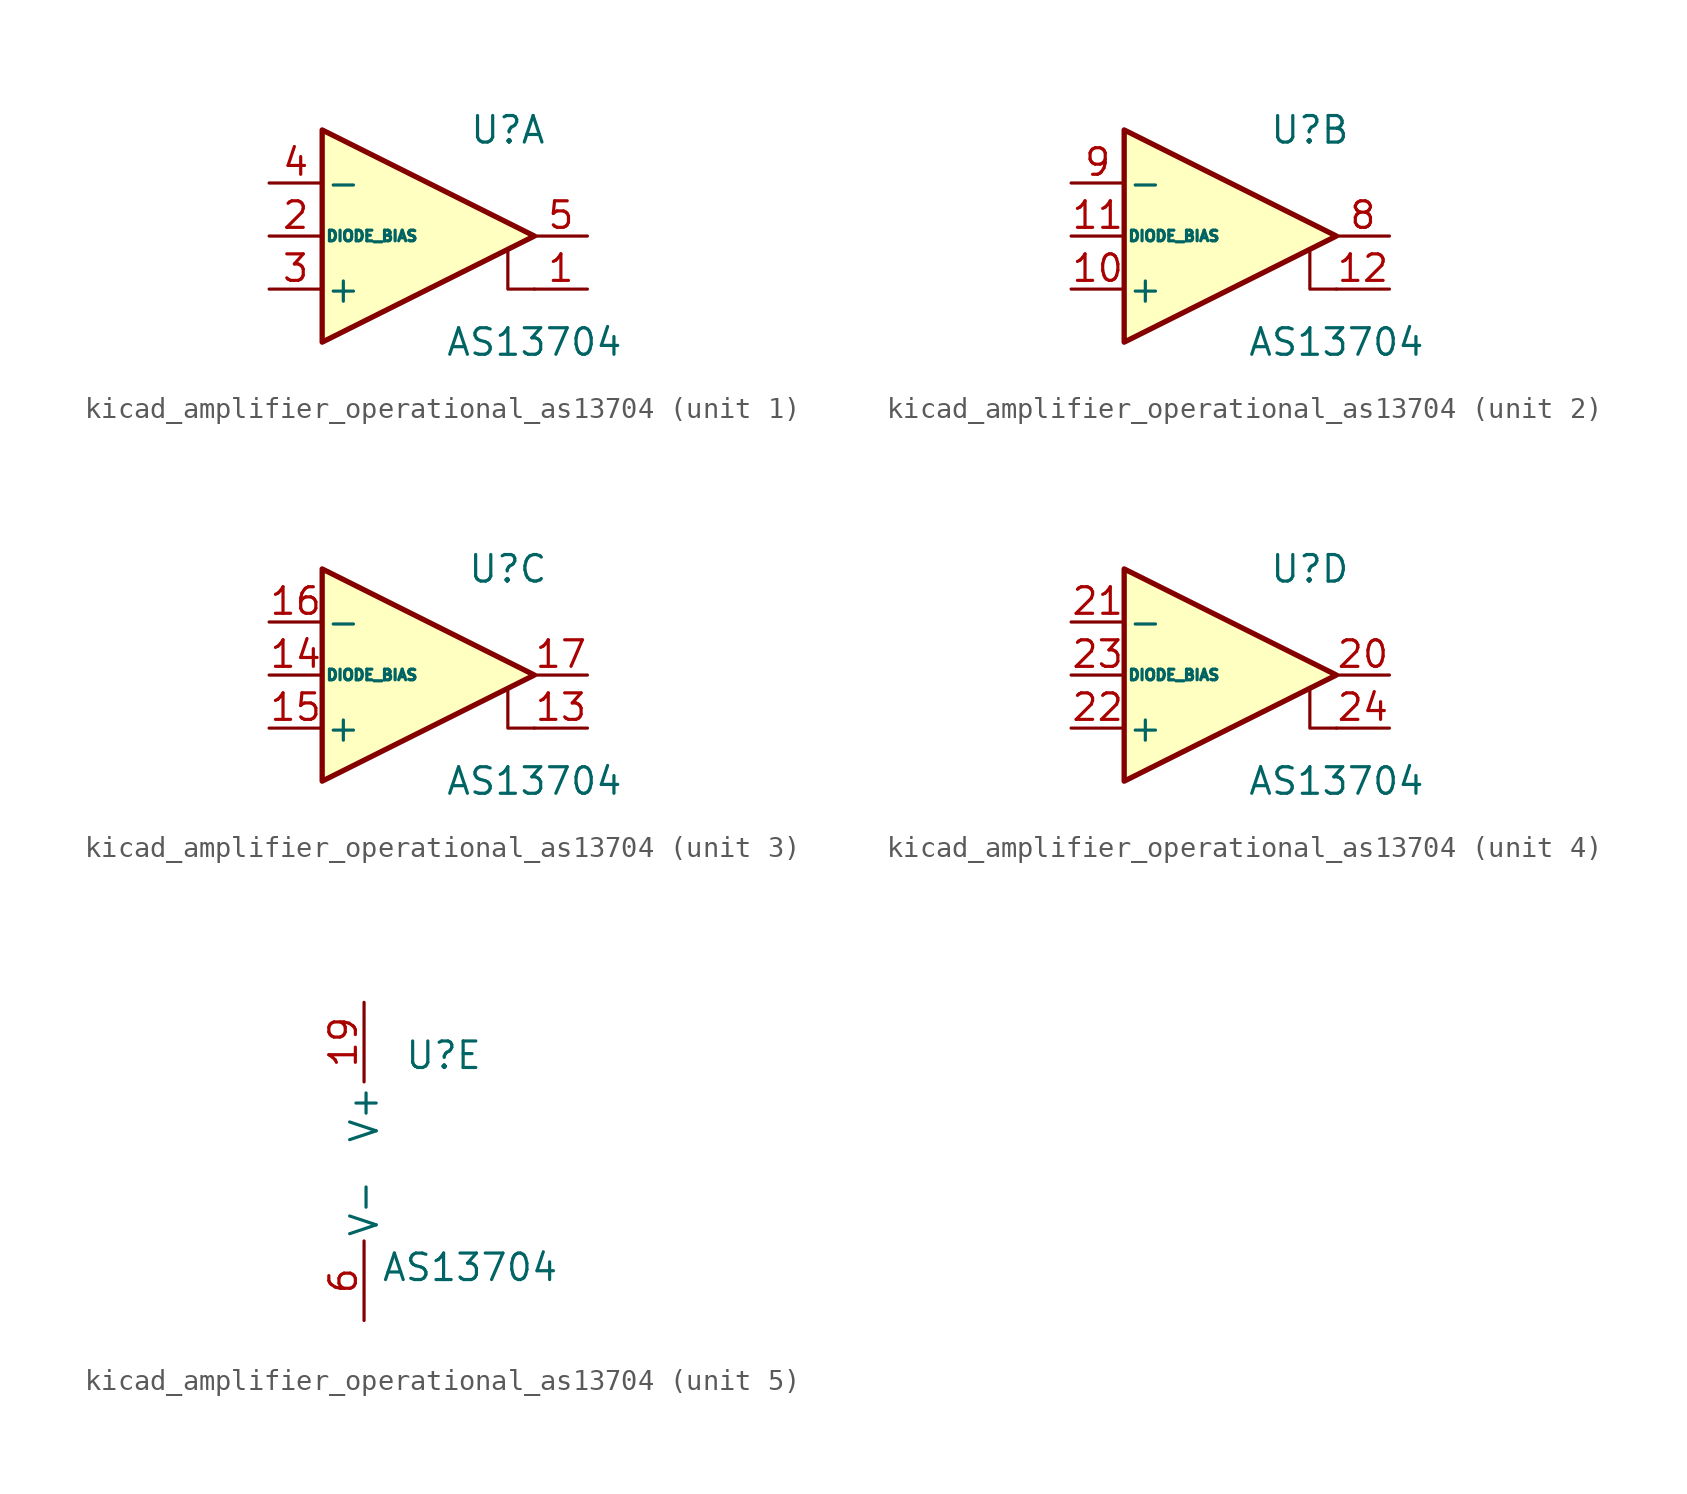
<source format=kicad_sym>
(kicad_symbol_lib
  (version 20220914)
  (generator kicad_symbol_editor)
  (symbol "kicad_amplifier_operational_as13704"
    (pin_names
      (offset 0.127))
    (property "Reference" "U"
      (at 3.81 5.08 0)
      (effects (font (size 1.27 1.27))))
    (property "Value" "AS13704"
      (at 5.08 -5.08 0)
      (effects (font (size 1.27 1.27))))
    (property "ki_locked" ""
      (at 0 0 0)
      (effects (font (size 1.27 1.27))))
    (symbol "kicad_amplifier_operational_as13704_1_1"
      (polyline (pts (xy 3.81 -0.635) (xy 3.81 -2.54) (xy 5.08 -2.54)) (stroke (width 0) (type default)) (fill (type none)))
      (polyline (pts (xy 5.08 0) (xy -5.08 -5.08) (xy -5.08 5.08) (xy 5.08 0)) (stroke (width 0.254) (type default)) (fill (type background)))
      (pin input line (at 7.62 -2.54 180) (length 2.54) (name "~" (effects (font (size 1.27 1.27)))) (number "1" (effects (font (size 1.27 1.27)))))
      (pin no_connect line (at 0 -2.54 180) (length 2.54) hide (name "NC" (effects (font (size 1.27 1.27)))) (number "18" (effects (font (size 1.27 1.27)))))
      (pin input line (at -7.62 0 0) (length 2.54) (name "DIODE_BIAS" (effects (font (size 0.508 0.508)))) (number "2" (effects (font (size 1.27 1.27)))))
      (pin input line (at -7.62 -2.54 0) (length 2.54) (name "+" (effects (font (size 1.27 1.27)))) (number "3" (effects (font (size 1.27 1.27)))))
      (pin input line (at -7.62 2.54 0) (length 2.54) (name "-" (effects (font (size 1.27 1.27)))) (number "4" (effects (font (size 1.27 1.27)))))
      (pin output line (at 7.62 0 180) (length 2.54) (name "~" (effects (font (size 1.27 1.27)))) (number "5" (effects (font (size 1.27 1.27)))))
      (pin no_connect line (at 0 2.54 180) (length 2.54) hide (name "NC" (effects (font (size 1.27 1.27)))) (number "7" (effects (font (size 1.27 1.27))))))
    (symbol "kicad_amplifier_operational_as13704_2_1"
      (polyline (pts (xy 3.81 -0.635) (xy 3.81 -2.54) (xy 5.08 -2.54)) (stroke (width 0) (type default)) (fill (type none)))
      (polyline (pts (xy 5.08 0) (xy -5.08 -5.08) (xy -5.08 5.08) (xy 5.08 0)) (stroke (width 0.254) (type default)) (fill (type background)))
      (pin input line (at -7.62 -2.54 0) (length 2.54) (name "+" (effects (font (size 1.27 1.27)))) (number "10" (effects (font (size 1.27 1.27)))))
      (pin input line (at -7.62 0 0) (length 2.54) (name "DIODE_BIAS" (effects (font (size 0.508 0.508)))) (number "11" (effects (font (size 1.27 1.27)))))
      (pin input line (at 7.62 -2.54 180) (length 2.54) (name "~" (effects (font (size 1.27 1.27)))) (number "12" (effects (font (size 1.27 1.27)))))
      (pin output line (at 7.62 0 180) (length 2.54) (name "~" (effects (font (size 1.27 1.27)))) (number "8" (effects (font (size 1.27 1.27)))))
      (pin input line (at -7.62 2.54 0) (length 2.54) (name "-" (effects (font (size 1.27 1.27)))) (number "9" (effects (font (size 1.27 1.27))))))
    (symbol "kicad_amplifier_operational_as13704_3_1"
      (polyline (pts (xy 3.81 -0.635) (xy 3.81 -2.54) (xy 5.08 -2.54)) (stroke (width 0) (type default)) (fill (type none)))
      (polyline (pts (xy 5.08 0) (xy -5.08 -5.08) (xy -5.08 5.08) (xy 5.08 0)) (stroke (width 0.254) (type default)) (fill (type background)))
      (pin input line (at 7.62 -2.54 180) (length 2.54) (name "~" (effects (font (size 1.27 1.27)))) (number "13" (effects (font (size 1.27 1.27)))))
      (pin input line (at -7.62 0 0) (length 2.54) (name "DIODE_BIAS" (effects (font (size 0.508 0.508)))) (number "14" (effects (font (size 1.27 1.27)))))
      (pin input line (at -7.62 -2.54 0) (length 2.54) (name "+" (effects (font (size 1.27 1.27)))) (number "15" (effects (font (size 1.27 1.27)))))
      (pin input line (at -7.62 2.54 0) (length 2.54) (name "-" (effects (font (size 1.27 1.27)))) (number "16" (effects (font (size 1.27 1.27)))))
      (pin output line (at 7.62 0 180) (length 2.54) (name "~" (effects (font (size 1.27 1.27)))) (number "17" (effects (font (size 1.27 1.27))))))
    (symbol "kicad_amplifier_operational_as13704_4_1"
      (polyline (pts (xy 3.81 -0.635) (xy 3.81 -2.54) (xy 5.08 -2.54)) (stroke (width 0) (type default)) (fill (type none)))
      (polyline (pts (xy 5.08 0) (xy -5.08 -5.08) (xy -5.08 5.08) (xy 5.08 0)) (stroke (width 0.254) (type default)) (fill (type background)))
      (pin output line (at 7.62 0 180) (length 2.54) (name "~" (effects (font (size 1.27 1.27)))) (number "20" (effects (font (size 1.27 1.27)))))
      (pin input line (at -7.62 2.54 0) (length 2.54) (name "-" (effects (font (size 1.27 1.27)))) (number "21" (effects (font (size 1.27 1.27)))))
      (pin input line (at -7.62 -2.54 0) (length 2.54) (name "+" (effects (font (size 1.27 1.27)))) (number "22" (effects (font (size 1.27 1.27)))))
      (pin input line (at -7.62 0 0) (length 2.54) (name "DIODE_BIAS" (effects (font (size 0.508 0.508)))) (number "23" (effects (font (size 1.27 1.27)))))
      (pin input line (at 7.62 -2.54 180) (length 2.54) (name "~" (effects (font (size 1.27 1.27)))) (number "24" (effects (font (size 1.27 1.27))))))
    (symbol "kicad_amplifier_operational_as13704_5_1"
      (pin power_in line (at 0 7.62 270) (length 3.81) (name "V+" (effects (font (size 1.27 1.27)))) (number "19" (effects (font (size 1.27 1.27)))))
      (pin power_in line (at 0 -7.62 90) (length 3.81) (name "V-" (effects (font (size 1.27 1.27)))) (number "6" (effects (font (size 1.27 1.27))))))))
</source>
